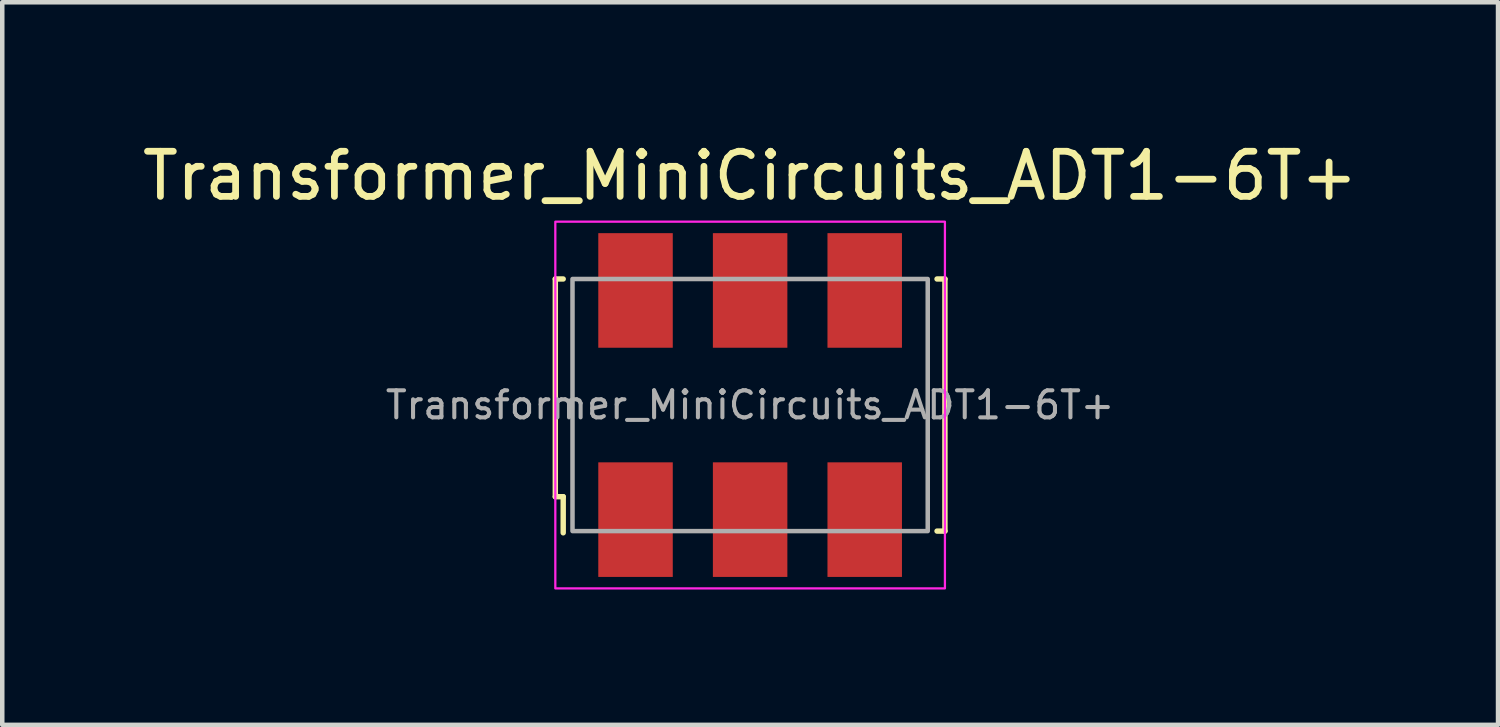
<source format=kicad_pcb>
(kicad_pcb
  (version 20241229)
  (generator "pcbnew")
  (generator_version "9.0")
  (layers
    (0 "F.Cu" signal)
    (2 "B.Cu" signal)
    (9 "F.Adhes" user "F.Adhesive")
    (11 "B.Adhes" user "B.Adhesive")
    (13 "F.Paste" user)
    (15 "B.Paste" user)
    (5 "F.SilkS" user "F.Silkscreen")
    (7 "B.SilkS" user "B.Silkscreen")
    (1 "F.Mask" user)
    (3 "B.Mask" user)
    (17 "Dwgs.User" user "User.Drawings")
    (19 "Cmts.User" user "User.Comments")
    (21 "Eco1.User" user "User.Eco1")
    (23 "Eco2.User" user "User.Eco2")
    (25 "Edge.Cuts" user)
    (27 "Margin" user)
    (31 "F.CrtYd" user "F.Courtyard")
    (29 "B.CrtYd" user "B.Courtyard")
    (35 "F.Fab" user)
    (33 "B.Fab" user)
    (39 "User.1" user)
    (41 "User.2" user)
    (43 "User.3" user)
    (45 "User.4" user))
  (footprint "Transformer_MiniCircuits_ADT1-6T+"
    (layer "F.Cu")
    (at 13.577 5.928)
    (property "Reference" "Transformer_MiniCircuits_ADT1-6T+" (at 0 -5.08 180) (layer "F.SilkS") (effects (font (size 1 1) (thickness 0.15))))
    (attr smd)
    (fp_line (start -4.318 -2.794) (end -4.318 2.032) (stroke (width 0.12) (type solid)) (layer "F.SilkS"))
    (fp_line (start -4.318 2.032) (end -4.143 2.032) (stroke (width 0.12) (type solid)) (layer "F.SilkS"))
    (fp_line (start -4.143 -2.794) (end -4.318 -2.794) (stroke (width 0.12) (type solid)) (layer "F.SilkS"))
    (fp_line (start -4.143 2.032) (end -4.143 2.832) (stroke (width 0.12) (type solid)) (layer "F.SilkS"))
    (fp_line (start 4.143 2.794) (end 4.318 2.794) (stroke (width 0.12) (type solid)) (layer "F.SilkS"))
    (fp_line (start 4.318 -2.794) (end 4.143 -2.794) (stroke (width 0.12) (type solid)) (layer "F.SilkS"))
    (fp_line (start 4.318 2.794) (end 4.318 -2.794) (stroke (width 0.12) (type solid)) (layer "F.SilkS"))
    (fp_rect (start -4.318 -4.064) (end 4.318 4.064) (stroke (width 0.05) (type default)) (fill no) (layer "F.CrtYd"))
    (fp_rect (start -3.937 -2.794) (end 3.937 2.794) (stroke (width 0.1) (type default)) (fill no) (layer "F.Fab"))
    (fp_text user "${REFERENCE}" (at 0 0 180) (layer "F.Fab") (effects (font (size 0.6 0.6) (thickness 0.09))))
    (pad "1" smd rect (at -2.54 2.54) (size 1.651 2.54) (layers "F.Cu" "F.Mask" "F.Paste"))
    (pad "2" smd rect (at 0 2.54) (size 1.651 2.54) (layers "F.Cu" "F.Mask" "F.Paste"))
    (pad "3" smd rect (at 2.54 2.54) (size 1.651 2.54) (layers "F.Cu" "F.Mask" "F.Paste"))
    (pad "4" smd rect (at 2.54 -2.54) (size 1.651 2.54) (layers "F.Cu" "F.Mask" "F.Paste"))
    (pad "5" smd rect (at 0 -2.54) (size 1.651 2.54) (layers "F.Cu" "F.Mask" "F.Paste"))
    (pad "6" smd rect (at -2.54 -2.54) (size 1.651 2.54) (layers "F.Cu" "F.Mask" "F.Paste")))
  (gr_rect
    (start -3 -3)
    (end 30.155 13.017)
    (stroke (width 0.1) (type default))
    (fill no)
    (layer "Edge.Cuts")))
</source>
